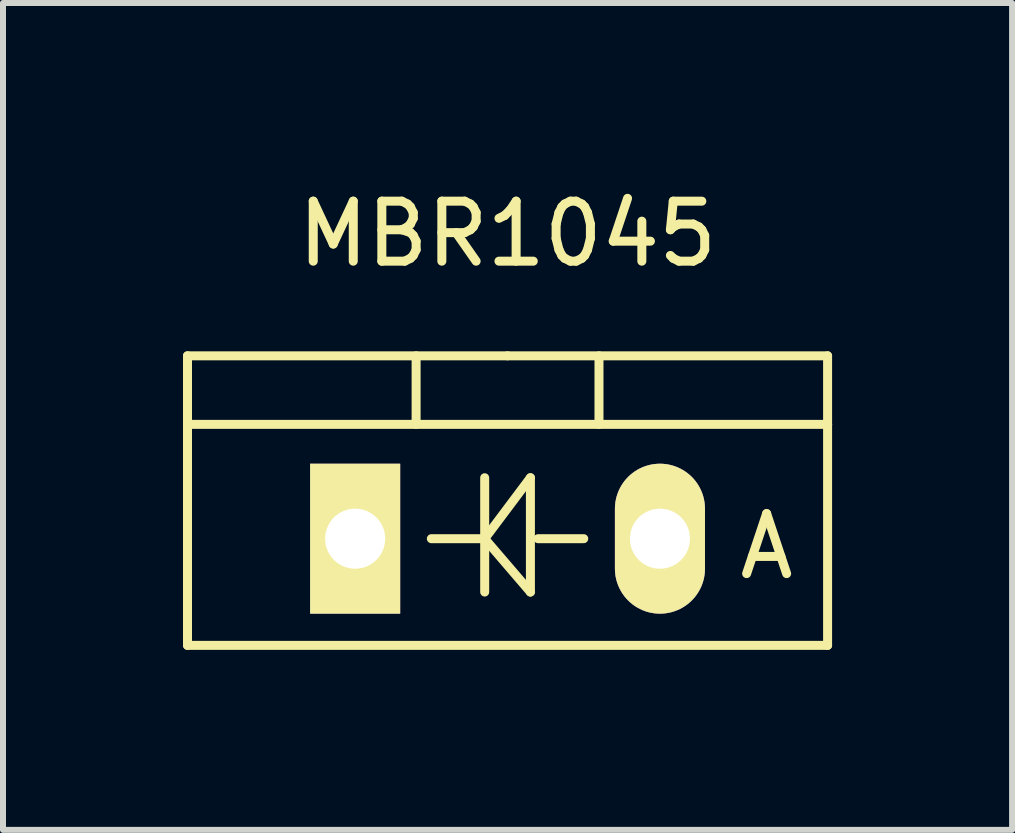
<source format=kicad_pcb>
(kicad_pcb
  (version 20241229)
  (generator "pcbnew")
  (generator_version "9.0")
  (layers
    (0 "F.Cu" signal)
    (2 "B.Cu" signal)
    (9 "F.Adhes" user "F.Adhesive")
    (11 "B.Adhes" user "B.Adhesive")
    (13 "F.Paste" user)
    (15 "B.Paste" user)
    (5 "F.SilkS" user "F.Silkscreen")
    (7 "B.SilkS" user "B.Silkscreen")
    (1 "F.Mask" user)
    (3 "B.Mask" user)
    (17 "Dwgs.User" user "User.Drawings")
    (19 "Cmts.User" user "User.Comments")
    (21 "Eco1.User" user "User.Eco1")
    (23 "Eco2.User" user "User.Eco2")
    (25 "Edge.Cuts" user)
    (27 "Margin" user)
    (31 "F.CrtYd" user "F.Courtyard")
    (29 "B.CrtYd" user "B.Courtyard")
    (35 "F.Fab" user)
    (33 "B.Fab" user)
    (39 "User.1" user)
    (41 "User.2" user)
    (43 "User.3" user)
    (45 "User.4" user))
  (footprint "MBR1045"
    (layer "F.Cu")
    (at 5.409 5.928)
    (property "Reference" "MBR1045" (at 0 -5.08 0) (layer "F.SilkS") (effects (font (size 1 1) (thickness 0.15))))
    (attr through_hole)
    (fp_line (start -5.334 -1.905) (end -5.334 -3.048) (stroke (width 0.15) (type solid)) (layer "F.SilkS"))
    (fp_line (start -5.334 1.778) (end -5.334 -1.905) (stroke (width 0.15) (type solid)) (layer "F.SilkS"))
    (fp_line (start -1.524 -3.048) (end -1.524 -1.905) (stroke (width 0.15) (type solid)) (layer "F.SilkS"))
    (fp_line (start -0.381 -1.016) (end -0.381 0.889) (stroke (width 0.15) (type solid)) (layer "F.SilkS"))
    (fp_line (start -0.381 0) (end -1.27 0) (stroke (width 0.15) (type solid)) (layer "F.SilkS"))
    (fp_line (start -0.381 0) (end 0.381 -1.016) (stroke (width 0.15) (type solid)) (layer "F.SilkS"))
    (fp_line (start 0 -3.048) (end -5.334 -3.048) (stroke (width 0.15) (type solid)) (layer "F.SilkS"))
    (fp_line (start 0 -3.048) (end 5.334 -3.048) (stroke (width 0.15) (type solid)) (layer "F.SilkS"))
    (fp_line (start 0.381 -1.016) (end 0.381 0.889) (stroke (width 0.15) (type solid)) (layer "F.SilkS"))
    (fp_line (start 0.381 0.889) (end -0.381 0) (stroke (width 0.15) (type solid)) (layer "F.SilkS"))
    (fp_line (start 0.508 0) (end 1.27 0) (stroke (width 0.15) (type solid)) (layer "F.SilkS"))
    (fp_line (start 1.524 -3.048) (end 1.524 -1.905) (stroke (width 0.15) (type solid)) (layer "F.SilkS"))
    (fp_line (start 5.334 -3.048) (end 5.334 -1.905) (stroke (width 0.15) (type solid)) (layer "F.SilkS"))
    (fp_line (start 5.334 -1.905) (end -5.334 -1.905) (stroke (width 0.15) (type solid)) (layer "F.SilkS"))
    (fp_line (start 5.334 -1.905) (end 5.334 1.778) (stroke (width 0.15) (type solid)) (layer "F.SilkS"))
    (fp_line (start 5.334 1.778) (end -5.334 1.778) (stroke (width 0.15) (type solid)) (layer "F.SilkS"))
    (fp_text user "A" (at 4.318 0.127 0) (layer "F.SilkS") (effects (font (size 1 1) (thickness 0.15))))
    (pad "1" thru_hole rect (at -2.54 0 90) (size 2.499 1.501) (drill 1.001) (layers "*.Cu" "*.Mask" "F.SilkS"))
    (pad "2" thru_hole oval (at 2.54 0 90) (size 2.499 1.501) (drill 1.001) (layers "*.Cu" "*.Mask" "F.SilkS")))
  (gr_rect
    (start -3 -3)
    (end 13.818 10.781)
    (stroke (width 0.1) (type default))
    (fill no)
    (layer "Edge.Cuts")))
</source>
